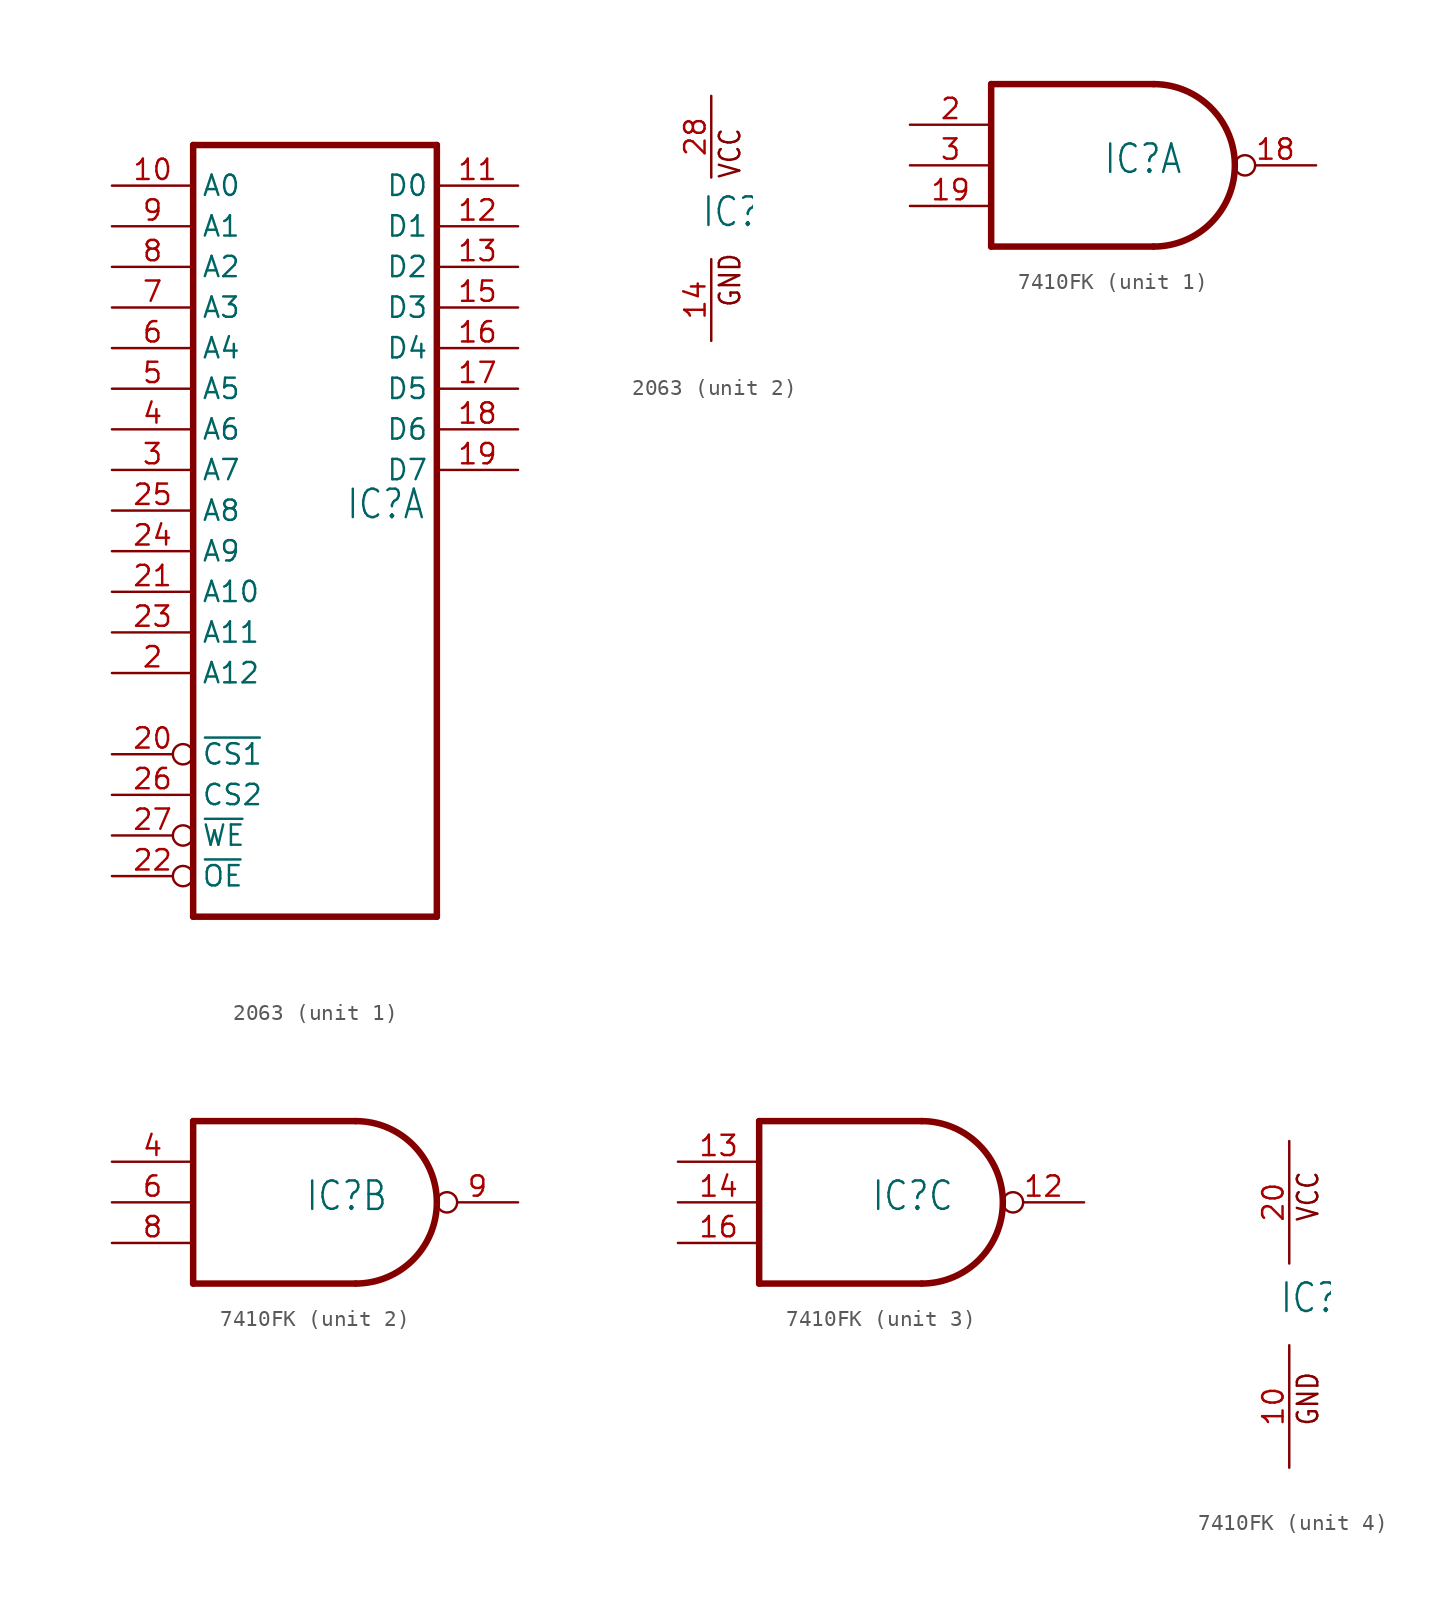
<source format=kicad_sym>
(kicad_symbol_lib
  (version 20231120)
  (generator "kicad_symbol_editor")
  (generator_version "8.0")
  (symbol "2063"
    (property "Reference" "IC"
      (at -0.635 -0.635 0)
      (effects (font (size 1.778 1.511)) (justify left bottom)))
    (property "ki_locked" ""
      (at 0 0 0)
      (effects (font (size 1.27 1.27))))
    (symbol "2063_1_0"
      (polyline (pts (xy -10.16 -25.4) (xy 5.08 -25.4)) (stroke (width 0.406) (type solid)) (fill (type none)))
      (polyline (pts (xy -10.16 22.86) (xy -10.16 -25.4)) (stroke (width 0.406) (type solid)) (fill (type none)))
      (polyline (pts (xy 5.08 -25.4) (xy 5.08 22.86)) (stroke (width 0.406) (type solid)) (fill (type none)))
      (polyline (pts (xy 5.08 22.86) (xy -10.16 22.86)) (stroke (width 0.406) (type solid)) (fill (type none)))
      (pin input line (at -15.24 20.32 0) (length 5.08) (name "A0" (effects (font (size 1.27 1.27)))) (number "10" (effects (font (size 1.27 1.27)))))
      (pin bidirectional line (at 10.16 20.32 180) (length 5.08) (name "D0" (effects (font (size 1.27 1.27)))) (number "11" (effects (font (size 1.27 1.27)))))
      (pin bidirectional line (at 10.16 17.78 180) (length 5.08) (name "D1" (effects (font (size 1.27 1.27)))) (number "12" (effects (font (size 1.27 1.27)))))
      (pin bidirectional line (at 10.16 15.24 180) (length 5.08) (name "D2" (effects (font (size 1.27 1.27)))) (number "13" (effects (font (size 1.27 1.27)))))
      (pin bidirectional line (at 10.16 12.7 180) (length 5.08) (name "D3" (effects (font (size 1.27 1.27)))) (number "15" (effects (font (size 1.27 1.27)))))
      (pin bidirectional line (at 10.16 10.16 180) (length 5.08) (name "D4" (effects (font (size 1.27 1.27)))) (number "16" (effects (font (size 1.27 1.27)))))
      (pin bidirectional line (at 10.16 7.62 180) (length 5.08) (name "D5" (effects (font (size 1.27 1.27)))) (number "17" (effects (font (size 1.27 1.27)))))
      (pin bidirectional line (at 10.16 5.08 180) (length 5.08) (name "D6" (effects (font (size 1.27 1.27)))) (number "18" (effects (font (size 1.27 1.27)))))
      (pin bidirectional line (at 10.16 2.54 180) (length 5.08) (name "D7" (effects (font (size 1.27 1.27)))) (number "19" (effects (font (size 1.27 1.27)))))
      (pin input line (at -15.24 -10.16 0) (length 5.08) (name "A12" (effects (font (size 1.27 1.27)))) (number "2" (effects (font (size 1.27 1.27)))))
      (pin input inverted (at -15.24 -15.24 0) (length 5.08) (name "~{CS1}" (effects (font (size 1.27 1.27)))) (number "20" (effects (font (size 1.27 1.27)))))
      (pin input line (at -15.24 -5.08 0) (length 5.08) (name "A10" (effects (font (size 1.27 1.27)))) (number "21" (effects (font (size 1.27 1.27)))))
      (pin input inverted (at -15.24 -22.86 0) (length 5.08) (name "~{OE}" (effects (font (size 1.27 1.27)))) (number "22" (effects (font (size 1.27 1.27)))))
      (pin input line (at -15.24 -7.62 0) (length 5.08) (name "A11" (effects (font (size 1.27 1.27)))) (number "23" (effects (font (size 1.27 1.27)))))
      (pin input line (at -15.24 -2.54 0) (length 5.08) (name "A9" (effects (font (size 1.27 1.27)))) (number "24" (effects (font (size 1.27 1.27)))))
      (pin input line (at -15.24 0 0) (length 5.08) (name "A8" (effects (font (size 1.27 1.27)))) (number "25" (effects (font (size 1.27 1.27)))))
      (pin input line (at -15.24 -17.78 0) (length 5.08) (name "CS2" (effects (font (size 1.27 1.27)))) (number "26" (effects (font (size 1.27 1.27)))))
      (pin input inverted (at -15.24 -20.32 0) (length 5.08) (name "~{WE}" (effects (font (size 1.27 1.27)))) (number "27" (effects (font (size 1.27 1.27)))))
      (pin input line (at -15.24 2.54 0) (length 5.08) (name "A7" (effects (font (size 1.27 1.27)))) (number "3" (effects (font (size 1.27 1.27)))))
      (pin input line (at -15.24 5.08 0) (length 5.08) (name "A6" (effects (font (size 1.27 1.27)))) (number "4" (effects (font (size 1.27 1.27)))))
      (pin input line (at -15.24 7.62 0) (length 5.08) (name "A5" (effects (font (size 1.27 1.27)))) (number "5" (effects (font (size 1.27 1.27)))))
      (pin input line (at -15.24 10.16 0) (length 5.08) (name "A4" (effects (font (size 1.27 1.27)))) (number "6" (effects (font (size 1.27 1.27)))))
      (pin input line (at -15.24 12.7 0) (length 5.08) (name "A3" (effects (font (size 1.27 1.27)))) (number "7" (effects (font (size 1.27 1.27)))))
      (pin input line (at -15.24 15.24 0) (length 5.08) (name "A2" (effects (font (size 1.27 1.27)))) (number "8" (effects (font (size 1.27 1.27)))))
      (pin input line (at -15.24 17.78 0) (length 5.08) (name "A1" (effects (font (size 1.27 1.27)))) (number "9" (effects (font (size 1.27 1.27))))))
    (symbol "2063_2_0"
      (text "GND" (at 1.905 -5.588 900) (effects (font (size 1.27 1.079)) (justify left bottom)))
      (text "VCC" (at 1.905 2.413 900) (effects (font (size 1.27 1.079)) (justify left bottom)))
      (pin power_in line (at 0 -7.62 90) (length 5.08) (name "GND" (effects (font (size 0 0)))) (number "14" (effects (font (size 1.27 1.27)))))
      (pin power_in line (at 0 7.62 270) (length 5.08) (name "VCC" (effects (font (size 0 0)))) (number "28" (effects (font (size 1.27 1.27)))))))
  (symbol "7410FK"
    (property "Reference" "IC"
      (at -0.635 -0.635 0)
      (effects (font (size 1.778 1.511)) (justify left bottom)))
    (property "ki_locked" ""
      (at 0 0 0)
      (effects (font (size 1.27 1.27))))
    (symbol "7410FK_1_0"
      (polyline (pts (xy -7.62 -5.08) (xy 2.54 -5.08)) (stroke (width 0.406) (type solid)) (fill (type none)))
      (polyline (pts (xy -7.62 5.08) (xy -7.62 -5.08)) (stroke (width 0.406) (type solid)) (fill (type none)))
      (polyline (pts (xy 2.54 5.08) (xy -7.62 5.08)) (stroke (width 0.406) (type solid)) (fill (type none)))
      (arc (start 2.5398 -5.08) (mid 7.6199 -0.0001) (end 2.54 5.08) (stroke (width 0.4064) (type solid)) (fill (type none)))
      (pin output inverted (at 12.7 0 180) (length 5.08) (name "O" (effects (font (size 0 0)))) (number "18" (effects (font (size 1.27 1.27)))))
      (pin input line (at -12.7 -2.54 0) (length 5.08) (name "I2" (effects (font (size 0 0)))) (number "19" (effects (font (size 1.27 1.27)))))
      (pin input line (at -12.7 2.54 0) (length 5.08) (name "I0" (effects (font (size 0 0)))) (number "2" (effects (font (size 1.27 1.27)))))
      (pin input line (at -12.7 0 0) (length 5.08) (name "I1" (effects (font (size 0 0)))) (number "3" (effects (font (size 1.27 1.27))))))
    (symbol "7410FK_2_0"
      (polyline (pts (xy -7.62 -5.08) (xy 2.54 -5.08)) (stroke (width 0.406) (type solid)) (fill (type none)))
      (polyline (pts (xy -7.62 5.08) (xy -7.62 -5.08)) (stroke (width 0.406) (type solid)) (fill (type none)))
      (polyline (pts (xy 2.54 5.08) (xy -7.62 5.08)) (stroke (width 0.406) (type solid)) (fill (type none)))
      (arc (start 2.5398 -5.08) (mid 7.6199 -0.0001) (end 2.54 5.08) (stroke (width 0.4064) (type solid)) (fill (type none)))
      (pin input line (at -12.7 2.54 0) (length 5.08) (name "I0" (effects (font (size 0 0)))) (number "4" (effects (font (size 1.27 1.27)))))
      (pin input line (at -12.7 0 0) (length 5.08) (name "I1" (effects (font (size 0 0)))) (number "6" (effects (font (size 1.27 1.27)))))
      (pin input line (at -12.7 -2.54 0) (length 5.08) (name "I2" (effects (font (size 0 0)))) (number "8" (effects (font (size 1.27 1.27)))))
      (pin output inverted (at 12.7 0 180) (length 5.08) (name "O" (effects (font (size 0 0)))) (number "9" (effects (font (size 1.27 1.27))))))
    (symbol "7410FK_3_0"
      (polyline (pts (xy -7.62 -5.08) (xy 2.54 -5.08)) (stroke (width 0.406) (type solid)) (fill (type none)))
      (polyline (pts (xy -7.62 5.08) (xy -7.62 -5.08)) (stroke (width 0.406) (type solid)) (fill (type none)))
      (polyline (pts (xy 2.54 5.08) (xy -7.62 5.08)) (stroke (width 0.406) (type solid)) (fill (type none)))
      (arc (start 2.5398 -5.08) (mid 7.6199 -0.0001) (end 2.54 5.08) (stroke (width 0.4064) (type solid)) (fill (type none)))
      (pin output inverted (at 12.7 0 180) (length 5.08) (name "O" (effects (font (size 0 0)))) (number "12" (effects (font (size 1.27 1.27)))))
      (pin input line (at -12.7 2.54 0) (length 5.08) (name "I0" (effects (font (size 0 0)))) (number "13" (effects (font (size 1.27 1.27)))))
      (pin input line (at -12.7 0 0) (length 5.08) (name "I1" (effects (font (size 0 0)))) (number "14" (effects (font (size 1.27 1.27)))))
      (pin input line (at -12.7 -2.54 0) (length 5.08) (name "I2" (effects (font (size 0 0)))) (number "16" (effects (font (size 1.27 1.27))))))
    (symbol "7410FK_4_0"
      (text "GND" (at 1.905 -7.62 900) (effects (font (size 1.27 1.079)) (justify left bottom)))
      (text "VCC" (at 1.905 5.08 900) (effects (font (size 1.27 1.079)) (justify left bottom)))
      (pin power_in line (at 0 -10.16 90) (length 7.62) (name "GND" (effects (font (size 0 0)))) (number "10" (effects (font (size 1.27 1.27)))))
      (pin power_in line (at 0 10.16 270) (length 7.62) (name "VCC" (effects (font (size 0 0)))) (number "20" (effects (font (size 1.27 1.27))))))))
</source>
